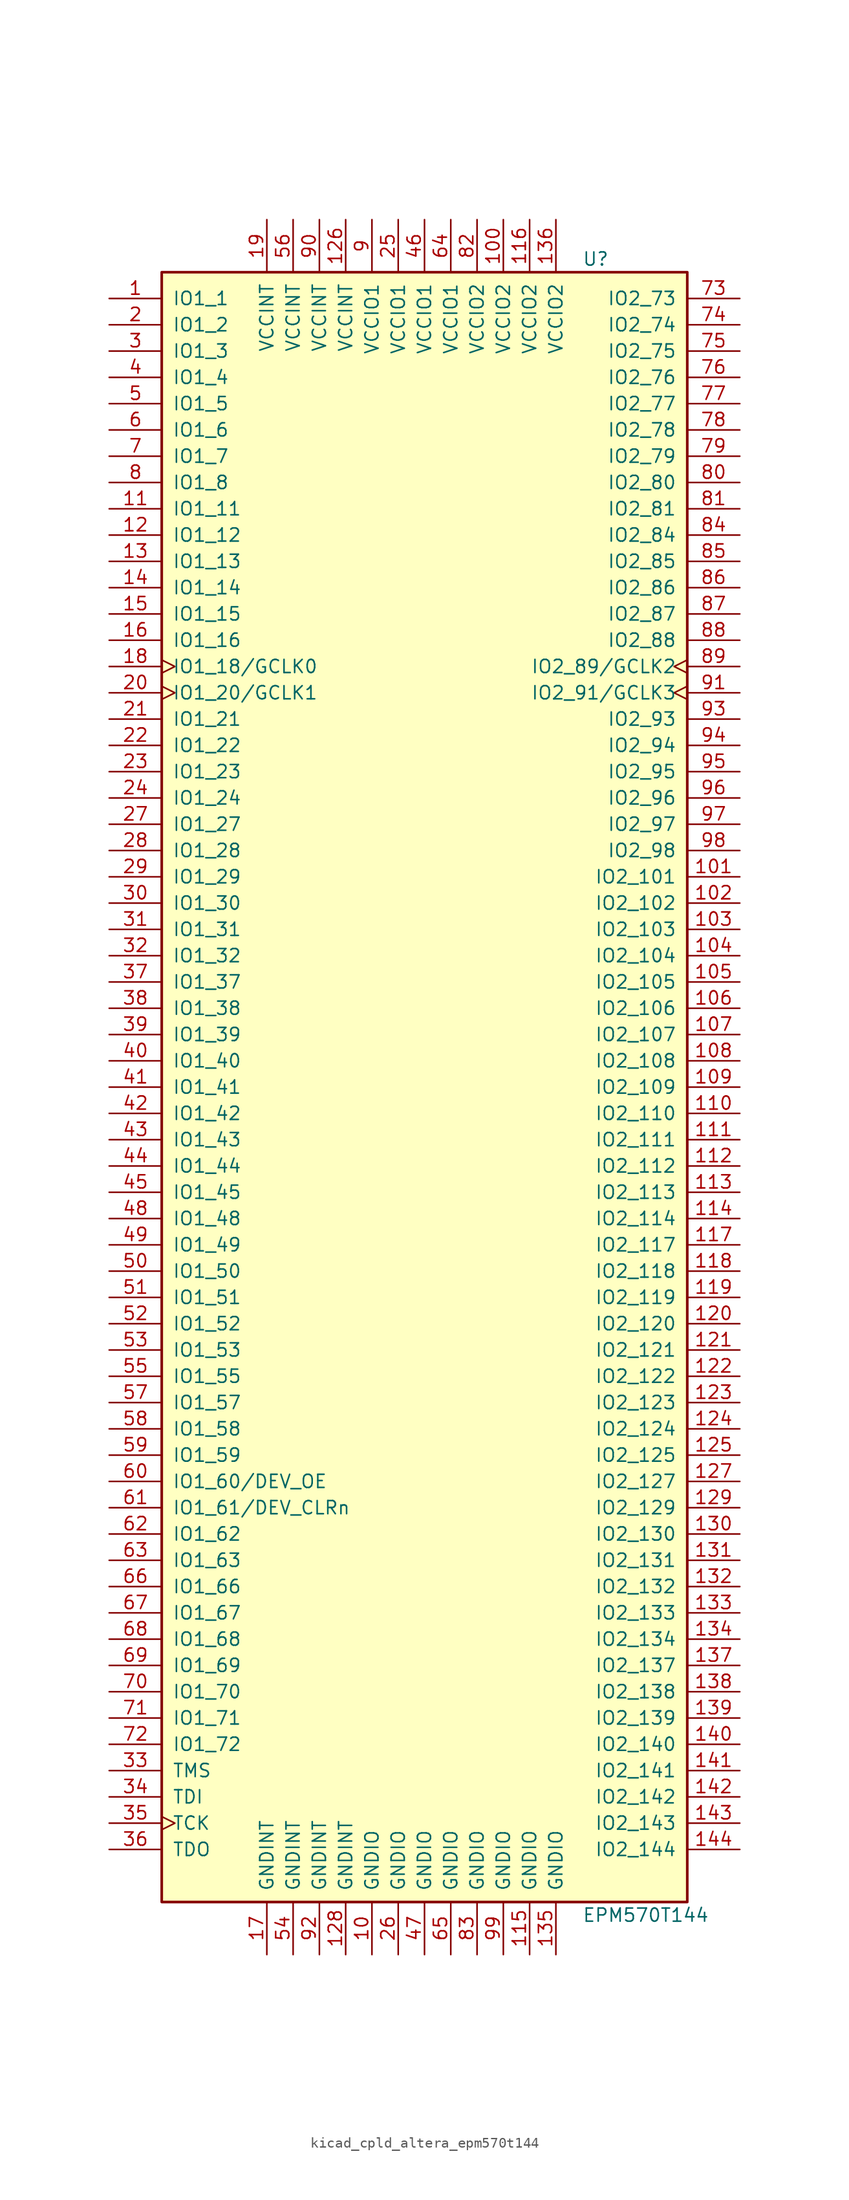
<source format=kicad_sym>
(kicad_symbol_lib
  (version 20220914)
  (generator kicad_symbol_editor)
  (symbol "kicad_cpld_altera_epm570t144"
    (pin_names
      (offset 1.016))
    (property "Reference" "U"
      (at 15.24 80.01 0)
      (effects (font (size 1.27 1.27)) (justify left)))
    (property "Value" "EPM570T144"
      (at 15.24 -80.01 0)
      (effects (font (size 1.27 1.27)) (justify left)))
    (property "ki_locked" ""
      (at 0 0 0)
      (effects (font (size 1.27 1.27))))
    (symbol "kicad_cpld_altera_epm570t144_1_1"
      (rectangle (start -25.4 78.74) (end 25.4 -78.74) (stroke (width 0.254) (type default)) (fill (type background)))
      (pin bidirectional line (at -30.48 76.2 0) (length 5.08) (name "IO1_1" (effects (font (size 1.27 1.27)))) (number "1" (effects (font (size 1.27 1.27)))))
      (pin power_in line (at -5.08 -83.82 90) (length 5.08) (name "GNDIO" (effects (font (size 1.27 1.27)))) (number "10" (effects (font (size 1.27 1.27)))))
      (pin power_in line (at 7.62 83.82 270) (length 5.08) (name "VCCIO2" (effects (font (size 1.27 1.27)))) (number "100" (effects (font (size 1.27 1.27)))))
      (pin bidirectional line (at 30.48 20.32 180) (length 5.08) (name "IO2_101" (effects (font (size 1.27 1.27)))) (number "101" (effects (font (size 1.27 1.27)))))
      (pin bidirectional line (at 30.48 17.78 180) (length 5.08) (name "IO2_102" (effects (font (size 1.27 1.27)))) (number "102" (effects (font (size 1.27 1.27)))))
      (pin bidirectional line (at 30.48 15.24 180) (length 5.08) (name "IO2_103" (effects (font (size 1.27 1.27)))) (number "103" (effects (font (size 1.27 1.27)))))
      (pin bidirectional line (at 30.48 12.7 180) (length 5.08) (name "IO2_104" (effects (font (size 1.27 1.27)))) (number "104" (effects (font (size 1.27 1.27)))))
      (pin bidirectional line (at 30.48 10.16 180) (length 5.08) (name "IO2_105" (effects (font (size 1.27 1.27)))) (number "105" (effects (font (size 1.27 1.27)))))
      (pin bidirectional line (at 30.48 7.62 180) (length 5.08) (name "IO2_106" (effects (font (size 1.27 1.27)))) (number "106" (effects (font (size 1.27 1.27)))))
      (pin bidirectional line (at 30.48 5.08 180) (length 5.08) (name "IO2_107" (effects (font (size 1.27 1.27)))) (number "107" (effects (font (size 1.27 1.27)))))
      (pin bidirectional line (at 30.48 2.54 180) (length 5.08) (name "IO2_108" (effects (font (size 1.27 1.27)))) (number "108" (effects (font (size 1.27 1.27)))))
      (pin bidirectional line (at 30.48 0 180) (length 5.08) (name "IO2_109" (effects (font (size 1.27 1.27)))) (number "109" (effects (font (size 1.27 1.27)))))
      (pin bidirectional line (at -30.48 55.88 0) (length 5.08) (name "IO1_11" (effects (font (size 1.27 1.27)))) (number "11" (effects (font (size 1.27 1.27)))))
      (pin bidirectional line (at 30.48 -2.54 180) (length 5.08) (name "IO2_110" (effects (font (size 1.27 1.27)))) (number "110" (effects (font (size 1.27 1.27)))))
      (pin bidirectional line (at 30.48 -5.08 180) (length 5.08) (name "IO2_111" (effects (font (size 1.27 1.27)))) (number "111" (effects (font (size 1.27 1.27)))))
      (pin bidirectional line (at 30.48 -7.62 180) (length 5.08) (name "IO2_112" (effects (font (size 1.27 1.27)))) (number "112" (effects (font (size 1.27 1.27)))))
      (pin bidirectional line (at 30.48 -10.16 180) (length 5.08) (name "IO2_113" (effects (font (size 1.27 1.27)))) (number "113" (effects (font (size 1.27 1.27)))))
      (pin bidirectional line (at 30.48 -12.7 180) (length 5.08) (name "IO2_114" (effects (font (size 1.27 1.27)))) (number "114" (effects (font (size 1.27 1.27)))))
      (pin power_in line (at 10.16 -83.82 90) (length 5.08) (name "GNDIO" (effects (font (size 1.27 1.27)))) (number "115" (effects (font (size 1.27 1.27)))))
      (pin power_in line (at 10.16 83.82 270) (length 5.08) (name "VCCIO2" (effects (font (size 1.27 1.27)))) (number "116" (effects (font (size 1.27 1.27)))))
      (pin bidirectional line (at 30.48 -15.24 180) (length 5.08) (name "IO2_117" (effects (font (size 1.27 1.27)))) (number "117" (effects (font (size 1.27 1.27)))))
      (pin bidirectional line (at 30.48 -17.78 180) (length 5.08) (name "IO2_118" (effects (font (size 1.27 1.27)))) (number "118" (effects (font (size 1.27 1.27)))))
      (pin bidirectional line (at 30.48 -20.32 180) (length 5.08) (name "IO2_119" (effects (font (size 1.27 1.27)))) (number "119" (effects (font (size 1.27 1.27)))))
      (pin bidirectional line (at -30.48 53.34 0) (length 5.08) (name "IO1_12" (effects (font (size 1.27 1.27)))) (number "12" (effects (font (size 1.27 1.27)))))
      (pin bidirectional line (at 30.48 -22.86 180) (length 5.08) (name "IO2_120" (effects (font (size 1.27 1.27)))) (number "120" (effects (font (size 1.27 1.27)))))
      (pin bidirectional line (at 30.48 -25.4 180) (length 5.08) (name "IO2_121" (effects (font (size 1.27 1.27)))) (number "121" (effects (font (size 1.27 1.27)))))
      (pin bidirectional line (at 30.48 -27.94 180) (length 5.08) (name "IO2_122" (effects (font (size 1.27 1.27)))) (number "122" (effects (font (size 1.27 1.27)))))
      (pin bidirectional line (at 30.48 -30.48 180) (length 5.08) (name "IO2_123" (effects (font (size 1.27 1.27)))) (number "123" (effects (font (size 1.27 1.27)))))
      (pin bidirectional line (at 30.48 -33.02 180) (length 5.08) (name "IO2_124" (effects (font (size 1.27 1.27)))) (number "124" (effects (font (size 1.27 1.27)))))
      (pin bidirectional line (at 30.48 -35.56 180) (length 5.08) (name "IO2_125" (effects (font (size 1.27 1.27)))) (number "125" (effects (font (size 1.27 1.27)))))
      (pin power_in line (at -7.62 83.82 270) (length 5.08) (name "VCCINT" (effects (font (size 1.27 1.27)))) (number "126" (effects (font (size 1.27 1.27)))))
      (pin bidirectional line (at 30.48 -38.1 180) (length 5.08) (name "IO2_127" (effects (font (size 1.27 1.27)))) (number "127" (effects (font (size 1.27 1.27)))))
      (pin power_in line (at -7.62 -83.82 90) (length 5.08) (name "GNDINT" (effects (font (size 1.27 1.27)))) (number "128" (effects (font (size 1.27 1.27)))))
      (pin bidirectional line (at 30.48 -40.64 180) (length 5.08) (name "IO2_129" (effects (font (size 1.27 1.27)))) (number "129" (effects (font (size 1.27 1.27)))))
      (pin bidirectional line (at -30.48 50.8 0) (length 5.08) (name "IO1_13" (effects (font (size 1.27 1.27)))) (number "13" (effects (font (size 1.27 1.27)))))
      (pin bidirectional line (at 30.48 -43.18 180) (length 5.08) (name "IO2_130" (effects (font (size 1.27 1.27)))) (number "130" (effects (font (size 1.27 1.27)))))
      (pin bidirectional line (at 30.48 -45.72 180) (length 5.08) (name "IO2_131" (effects (font (size 1.27 1.27)))) (number "131" (effects (font (size 1.27 1.27)))))
      (pin bidirectional line (at 30.48 -48.26 180) (length 5.08) (name "IO2_132" (effects (font (size 1.27 1.27)))) (number "132" (effects (font (size 1.27 1.27)))))
      (pin bidirectional line (at 30.48 -50.8 180) (length 5.08) (name "IO2_133" (effects (font (size 1.27 1.27)))) (number "133" (effects (font (size 1.27 1.27)))))
      (pin bidirectional line (at 30.48 -53.34 180) (length 5.08) (name "IO2_134" (effects (font (size 1.27 1.27)))) (number "134" (effects (font (size 1.27 1.27)))))
      (pin power_in line (at 12.7 -83.82 90) (length 5.08) (name "GNDIO" (effects (font (size 1.27 1.27)))) (number "135" (effects (font (size 1.27 1.27)))))
      (pin power_in line (at 12.7 83.82 270) (length 5.08) (name "VCCIO2" (effects (font (size 1.27 1.27)))) (number "136" (effects (font (size 1.27 1.27)))))
      (pin bidirectional line (at 30.48 -55.88 180) (length 5.08) (name "IO2_137" (effects (font (size 1.27 1.27)))) (number "137" (effects (font (size 1.27 1.27)))))
      (pin bidirectional line (at 30.48 -58.42 180) (length 5.08) (name "IO2_138" (effects (font (size 1.27 1.27)))) (number "138" (effects (font (size 1.27 1.27)))))
      (pin bidirectional line (at 30.48 -60.96 180) (length 5.08) (name "IO2_139" (effects (font (size 1.27 1.27)))) (number "139" (effects (font (size 1.27 1.27)))))
      (pin bidirectional line (at -30.48 48.26 0) (length 5.08) (name "IO1_14" (effects (font (size 1.27 1.27)))) (number "14" (effects (font (size 1.27 1.27)))))
      (pin bidirectional line (at 30.48 -63.5 180) (length 5.08) (name "IO2_140" (effects (font (size 1.27 1.27)))) (number "140" (effects (font (size 1.27 1.27)))))
      (pin bidirectional line (at 30.48 -66.04 180) (length 5.08) (name "IO2_141" (effects (font (size 1.27 1.27)))) (number "141" (effects (font (size 1.27 1.27)))))
      (pin bidirectional line (at 30.48 -68.58 180) (length 5.08) (name "IO2_142" (effects (font (size 1.27 1.27)))) (number "142" (effects (font (size 1.27 1.27)))))
      (pin bidirectional line (at 30.48 -71.12 180) (length 5.08) (name "IO2_143" (effects (font (size 1.27 1.27)))) (number "143" (effects (font (size 1.27 1.27)))))
      (pin bidirectional line (at 30.48 -73.66 180) (length 5.08) (name "IO2_144" (effects (font (size 1.27 1.27)))) (number "144" (effects (font (size 1.27 1.27)))))
      (pin bidirectional line (at -30.48 45.72 0) (length 5.08) (name "IO1_15" (effects (font (size 1.27 1.27)))) (number "15" (effects (font (size 1.27 1.27)))))
      (pin bidirectional line (at -30.48 43.18 0) (length 5.08) (name "IO1_16" (effects (font (size 1.27 1.27)))) (number "16" (effects (font (size 1.27 1.27)))))
      (pin power_in line (at -15.24 -83.82 90) (length 5.08) (name "GNDINT" (effects (font (size 1.27 1.27)))) (number "17" (effects (font (size 1.27 1.27)))))
      (pin bidirectional clock (at -30.48 40.64 0) (length 5.08) (name "IO1_18/GCLK0" (effects (font (size 1.27 1.27)))) (number "18" (effects (font (size 1.27 1.27)))))
      (pin power_in line (at -15.24 83.82 270) (length 5.08) (name "VCCINT" (effects (font (size 1.27 1.27)))) (number "19" (effects (font (size 1.27 1.27)))))
      (pin bidirectional line (at -30.48 73.66 0) (length 5.08) (name "IO1_2" (effects (font (size 1.27 1.27)))) (number "2" (effects (font (size 1.27 1.27)))))
      (pin bidirectional clock (at -30.48 38.1 0) (length 5.08) (name "IO1_20/GCLK1" (effects (font (size 1.27 1.27)))) (number "20" (effects (font (size 1.27 1.27)))))
      (pin bidirectional line (at -30.48 35.56 0) (length 5.08) (name "IO1_21" (effects (font (size 1.27 1.27)))) (number "21" (effects (font (size 1.27 1.27)))))
      (pin bidirectional line (at -30.48 33.02 0) (length 5.08) (name "IO1_22" (effects (font (size 1.27 1.27)))) (number "22" (effects (font (size 1.27 1.27)))))
      (pin bidirectional line (at -30.48 30.48 0) (length 5.08) (name "IO1_23" (effects (font (size 1.27 1.27)))) (number "23" (effects (font (size 1.27 1.27)))))
      (pin bidirectional line (at -30.48 27.94 0) (length 5.08) (name "IO1_24" (effects (font (size 1.27 1.27)))) (number "24" (effects (font (size 1.27 1.27)))))
      (pin power_in line (at -2.54 83.82 270) (length 5.08) (name "VCCIO1" (effects (font (size 1.27 1.27)))) (number "25" (effects (font (size 1.27 1.27)))))
      (pin power_in line (at -2.54 -83.82 90) (length 5.08) (name "GNDIO" (effects (font (size 1.27 1.27)))) (number "26" (effects (font (size 1.27 1.27)))))
      (pin bidirectional line (at -30.48 25.4 0) (length 5.08) (name "IO1_27" (effects (font (size 1.27 1.27)))) (number "27" (effects (font (size 1.27 1.27)))))
      (pin bidirectional line (at -30.48 22.86 0) (length 5.08) (name "IO1_28" (effects (font (size 1.27 1.27)))) (number "28" (effects (font (size 1.27 1.27)))))
      (pin bidirectional line (at -30.48 20.32 0) (length 5.08) (name "IO1_29" (effects (font (size 1.27 1.27)))) (number "29" (effects (font (size 1.27 1.27)))))
      (pin bidirectional line (at -30.48 71.12 0) (length 5.08) (name "IO1_3" (effects (font (size 1.27 1.27)))) (number "3" (effects (font (size 1.27 1.27)))))
      (pin bidirectional line (at -30.48 17.78 0) (length 5.08) (name "IO1_30" (effects (font (size 1.27 1.27)))) (number "30" (effects (font (size 1.27 1.27)))))
      (pin bidirectional line (at -30.48 15.24 0) (length 5.08) (name "IO1_31" (effects (font (size 1.27 1.27)))) (number "31" (effects (font (size 1.27 1.27)))))
      (pin bidirectional line (at -30.48 12.7 0) (length 5.08) (name "IO1_32" (effects (font (size 1.27 1.27)))) (number "32" (effects (font (size 1.27 1.27)))))
      (pin input line (at -30.48 -66.04 0) (length 5.08) (name "TMS" (effects (font (size 1.27 1.27)))) (number "33" (effects (font (size 1.27 1.27)))))
      (pin input line (at -30.48 -68.58 0) (length 5.08) (name "TDI" (effects (font (size 1.27 1.27)))) (number "34" (effects (font (size 1.27 1.27)))))
      (pin input clock (at -30.48 -71.12 0) (length 5.08) (name "TCK" (effects (font (size 1.27 1.27)))) (number "35" (effects (font (size 1.27 1.27)))))
      (pin output line (at -30.48 -73.66 0) (length 5.08) (name "TDO" (effects (font (size 1.27 1.27)))) (number "36" (effects (font (size 1.27 1.27)))))
      (pin bidirectional line (at -30.48 10.16 0) (length 5.08) (name "IO1_37" (effects (font (size 1.27 1.27)))) (number "37" (effects (font (size 1.27 1.27)))))
      (pin bidirectional line (at -30.48 7.62 0) (length 5.08) (name "IO1_38" (effects (font (size 1.27 1.27)))) (number "38" (effects (font (size 1.27 1.27)))))
      (pin bidirectional line (at -30.48 5.08 0) (length 5.08) (name "IO1_39" (effects (font (size 1.27 1.27)))) (number "39" (effects (font (size 1.27 1.27)))))
      (pin bidirectional line (at -30.48 68.58 0) (length 5.08) (name "IO1_4" (effects (font (size 1.27 1.27)))) (number "4" (effects (font (size 1.27 1.27)))))
      (pin bidirectional line (at -30.48 2.54 0) (length 5.08) (name "IO1_40" (effects (font (size 1.27 1.27)))) (number "40" (effects (font (size 1.27 1.27)))))
      (pin bidirectional line (at -30.48 0 0) (length 5.08) (name "IO1_41" (effects (font (size 1.27 1.27)))) (number "41" (effects (font (size 1.27 1.27)))))
      (pin bidirectional line (at -30.48 -2.54 0) (length 5.08) (name "IO1_42" (effects (font (size 1.27 1.27)))) (number "42" (effects (font (size 1.27 1.27)))))
      (pin bidirectional line (at -30.48 -5.08 0) (length 5.08) (name "IO1_43" (effects (font (size 1.27 1.27)))) (number "43" (effects (font (size 1.27 1.27)))))
      (pin bidirectional line (at -30.48 -7.62 0) (length 5.08) (name "IO1_44" (effects (font (size 1.27 1.27)))) (number "44" (effects (font (size 1.27 1.27)))))
      (pin bidirectional line (at -30.48 -10.16 0) (length 5.08) (name "IO1_45" (effects (font (size 1.27 1.27)))) (number "45" (effects (font (size 1.27 1.27)))))
      (pin power_in line (at 0 83.82 270) (length 5.08) (name "VCCIO1" (effects (font (size 1.27 1.27)))) (number "46" (effects (font (size 1.27 1.27)))))
      (pin power_in line (at 0 -83.82 90) (length 5.08) (name "GNDIO" (effects (font (size 1.27 1.27)))) (number "47" (effects (font (size 1.27 1.27)))))
      (pin bidirectional line (at -30.48 -12.7 0) (length 5.08) (name "IO1_48" (effects (font (size 1.27 1.27)))) (number "48" (effects (font (size 1.27 1.27)))))
      (pin bidirectional line (at -30.48 -15.24 0) (length 5.08) (name "IO1_49" (effects (font (size 1.27 1.27)))) (number "49" (effects (font (size 1.27 1.27)))))
      (pin bidirectional line (at -30.48 66.04 0) (length 5.08) (name "IO1_5" (effects (font (size 1.27 1.27)))) (number "5" (effects (font (size 1.27 1.27)))))
      (pin bidirectional line (at -30.48 -17.78 0) (length 5.08) (name "IO1_50" (effects (font (size 1.27 1.27)))) (number "50" (effects (font (size 1.27 1.27)))))
      (pin bidirectional line (at -30.48 -20.32 0) (length 5.08) (name "IO1_51" (effects (font (size 1.27 1.27)))) (number "51" (effects (font (size 1.27 1.27)))))
      (pin bidirectional line (at -30.48 -22.86 0) (length 5.08) (name "IO1_52" (effects (font (size 1.27 1.27)))) (number "52" (effects (font (size 1.27 1.27)))))
      (pin bidirectional line (at -30.48 -25.4 0) (length 5.08) (name "IO1_53" (effects (font (size 1.27 1.27)))) (number "53" (effects (font (size 1.27 1.27)))))
      (pin power_in line (at -12.7 -83.82 90) (length 5.08) (name "GNDINT" (effects (font (size 1.27 1.27)))) (number "54" (effects (font (size 1.27 1.27)))))
      (pin bidirectional line (at -30.48 -27.94 0) (length 5.08) (name "IO1_55" (effects (font (size 1.27 1.27)))) (number "55" (effects (font (size 1.27 1.27)))))
      (pin power_in line (at -12.7 83.82 270) (length 5.08) (name "VCCINT" (effects (font (size 1.27 1.27)))) (number "56" (effects (font (size 1.27 1.27)))))
      (pin bidirectional line (at -30.48 -30.48 0) (length 5.08) (name "IO1_57" (effects (font (size 1.27 1.27)))) (number "57" (effects (font (size 1.27 1.27)))))
      (pin bidirectional line (at -30.48 -33.02 0) (length 5.08) (name "IO1_58" (effects (font (size 1.27 1.27)))) (number "58" (effects (font (size 1.27 1.27)))))
      (pin bidirectional line (at -30.48 -35.56 0) (length 5.08) (name "IO1_59" (effects (font (size 1.27 1.27)))) (number "59" (effects (font (size 1.27 1.27)))))
      (pin bidirectional line (at -30.48 63.5 0) (length 5.08) (name "IO1_6" (effects (font (size 1.27 1.27)))) (number "6" (effects (font (size 1.27 1.27)))))
      (pin bidirectional line (at -30.48 -38.1 0) (length 5.08) (name "IO1_60/DEV_OE" (effects (font (size 1.27 1.27)))) (number "60" (effects (font (size 1.27 1.27)))))
      (pin bidirectional line (at -30.48 -40.64 0) (length 5.08) (name "IO1_61/DEV_CLRn" (effects (font (size 1.27 1.27)))) (number "61" (effects (font (size 1.27 1.27)))))
      (pin bidirectional line (at -30.48 -43.18 0) (length 5.08) (name "IO1_62" (effects (font (size 1.27 1.27)))) (number "62" (effects (font (size 1.27 1.27)))))
      (pin bidirectional line (at -30.48 -45.72 0) (length 5.08) (name "IO1_63" (effects (font (size 1.27 1.27)))) (number "63" (effects (font (size 1.27 1.27)))))
      (pin power_in line (at 2.54 83.82 270) (length 5.08) (name "VCCIO1" (effects (font (size 1.27 1.27)))) (number "64" (effects (font (size 1.27 1.27)))))
      (pin power_in line (at 2.54 -83.82 90) (length 5.08) (name "GNDIO" (effects (font (size 1.27 1.27)))) (number "65" (effects (font (size 1.27 1.27)))))
      (pin bidirectional line (at -30.48 -48.26 0) (length 5.08) (name "IO1_66" (effects (font (size 1.27 1.27)))) (number "66" (effects (font (size 1.27 1.27)))))
      (pin bidirectional line (at -30.48 -50.8 0) (length 5.08) (name "IO1_67" (effects (font (size 1.27 1.27)))) (number "67" (effects (font (size 1.27 1.27)))))
      (pin bidirectional line (at -30.48 -53.34 0) (length 5.08) (name "IO1_68" (effects (font (size 1.27 1.27)))) (number "68" (effects (font (size 1.27 1.27)))))
      (pin bidirectional line (at -30.48 -55.88 0) (length 5.08) (name "IO1_69" (effects (font (size 1.27 1.27)))) (number "69" (effects (font (size 1.27 1.27)))))
      (pin bidirectional line (at -30.48 60.96 0) (length 5.08) (name "IO1_7" (effects (font (size 1.27 1.27)))) (number "7" (effects (font (size 1.27 1.27)))))
      (pin bidirectional line (at -30.48 -58.42 0) (length 5.08) (name "IO1_70" (effects (font (size 1.27 1.27)))) (number "70" (effects (font (size 1.27 1.27)))))
      (pin bidirectional line (at -30.48 -60.96 0) (length 5.08) (name "IO1_71" (effects (font (size 1.27 1.27)))) (number "71" (effects (font (size 1.27 1.27)))))
      (pin bidirectional line (at -30.48 -63.5 0) (length 5.08) (name "IO1_72" (effects (font (size 1.27 1.27)))) (number "72" (effects (font (size 1.27 1.27)))))
      (pin bidirectional line (at 30.48 76.2 180) (length 5.08) (name "IO2_73" (effects (font (size 1.27 1.27)))) (number "73" (effects (font (size 1.27 1.27)))))
      (pin bidirectional line (at 30.48 73.66 180) (length 5.08) (name "IO2_74" (effects (font (size 1.27 1.27)))) (number "74" (effects (font (size 1.27 1.27)))))
      (pin bidirectional line (at 30.48 71.12 180) (length 5.08) (name "IO2_75" (effects (font (size 1.27 1.27)))) (number "75" (effects (font (size 1.27 1.27)))))
      (pin bidirectional line (at 30.48 68.58 180) (length 5.08) (name "IO2_76" (effects (font (size 1.27 1.27)))) (number "76" (effects (font (size 1.27 1.27)))))
      (pin bidirectional line (at 30.48 66.04 180) (length 5.08) (name "IO2_77" (effects (font (size 1.27 1.27)))) (number "77" (effects (font (size 1.27 1.27)))))
      (pin bidirectional line (at 30.48 63.5 180) (length 5.08) (name "IO2_78" (effects (font (size 1.27 1.27)))) (number "78" (effects (font (size 1.27 1.27)))))
      (pin bidirectional line (at 30.48 60.96 180) (length 5.08) (name "IO2_79" (effects (font (size 1.27 1.27)))) (number "79" (effects (font (size 1.27 1.27)))))
      (pin bidirectional line (at -30.48 58.42 0) (length 5.08) (name "IO1_8" (effects (font (size 1.27 1.27)))) (number "8" (effects (font (size 1.27 1.27)))))
      (pin bidirectional line (at 30.48 58.42 180) (length 5.08) (name "IO2_80" (effects (font (size 1.27 1.27)))) (number "80" (effects (font (size 1.27 1.27)))))
      (pin bidirectional line (at 30.48 55.88 180) (length 5.08) (name "IO2_81" (effects (font (size 1.27 1.27)))) (number "81" (effects (font (size 1.27 1.27)))))
      (pin power_in line (at 5.08 83.82 270) (length 5.08) (name "VCCIO2" (effects (font (size 1.27 1.27)))) (number "82" (effects (font (size 1.27 1.27)))))
      (pin power_in line (at 5.08 -83.82 90) (length 5.08) (name "GNDIO" (effects (font (size 1.27 1.27)))) (number "83" (effects (font (size 1.27 1.27)))))
      (pin bidirectional line (at 30.48 53.34 180) (length 5.08) (name "IO2_84" (effects (font (size 1.27 1.27)))) (number "84" (effects (font (size 1.27 1.27)))))
      (pin bidirectional line (at 30.48 50.8 180) (length 5.08) (name "IO2_85" (effects (font (size 1.27 1.27)))) (number "85" (effects (font (size 1.27 1.27)))))
      (pin bidirectional line (at 30.48 48.26 180) (length 5.08) (name "IO2_86" (effects (font (size 1.27 1.27)))) (number "86" (effects (font (size 1.27 1.27)))))
      (pin bidirectional line (at 30.48 45.72 180) (length 5.08) (name "IO2_87" (effects (font (size 1.27 1.27)))) (number "87" (effects (font (size 1.27 1.27)))))
      (pin bidirectional line (at 30.48 43.18 180) (length 5.08) (name "IO2_88" (effects (font (size 1.27 1.27)))) (number "88" (effects (font (size 1.27 1.27)))))
      (pin bidirectional clock (at 30.48 40.64 180) (length 5.08) (name "IO2_89/GCLK2" (effects (font (size 1.27 1.27)))) (number "89" (effects (font (size 1.27 1.27)))))
      (pin power_in line (at -5.08 83.82 270) (length 5.08) (name "VCCIO1" (effects (font (size 1.27 1.27)))) (number "9" (effects (font (size 1.27 1.27)))))
      (pin power_in line (at -10.16 83.82 270) (length 5.08) (name "VCCINT" (effects (font (size 1.27 1.27)))) (number "90" (effects (font (size 1.27 1.27)))))
      (pin bidirectional clock (at 30.48 38.1 180) (length 5.08) (name "IO2_91/GCLK3" (effects (font (size 1.27 1.27)))) (number "91" (effects (font (size 1.27 1.27)))))
      (pin power_in line (at -10.16 -83.82 90) (length 5.08) (name "GNDINT" (effects (font (size 1.27 1.27)))) (number "92" (effects (font (size 1.27 1.27)))))
      (pin bidirectional line (at 30.48 35.56 180) (length 5.08) (name "IO2_93" (effects (font (size 1.27 1.27)))) (number "93" (effects (font (size 1.27 1.27)))))
      (pin bidirectional line (at 30.48 33.02 180) (length 5.08) (name "IO2_94" (effects (font (size 1.27 1.27)))) (number "94" (effects (font (size 1.27 1.27)))))
      (pin bidirectional line (at 30.48 30.48 180) (length 5.08) (name "IO2_95" (effects (font (size 1.27 1.27)))) (number "95" (effects (font (size 1.27 1.27)))))
      (pin bidirectional line (at 30.48 27.94 180) (length 5.08) (name "IO2_96" (effects (font (size 1.27 1.27)))) (number "96" (effects (font (size 1.27 1.27)))))
      (pin bidirectional line (at 30.48 25.4 180) (length 5.08) (name "IO2_97" (effects (font (size 1.27 1.27)))) (number "97" (effects (font (size 1.27 1.27)))))
      (pin bidirectional line (at 30.48 22.86 180) (length 5.08) (name "IO2_98" (effects (font (size 1.27 1.27)))) (number "98" (effects (font (size 1.27 1.27)))))
      (pin power_in line (at 7.62 -83.82 90) (length 5.08) (name "GNDIO" (effects (font (size 1.27 1.27)))) (number "99" (effects (font (size 1.27 1.27))))))))
</source>
